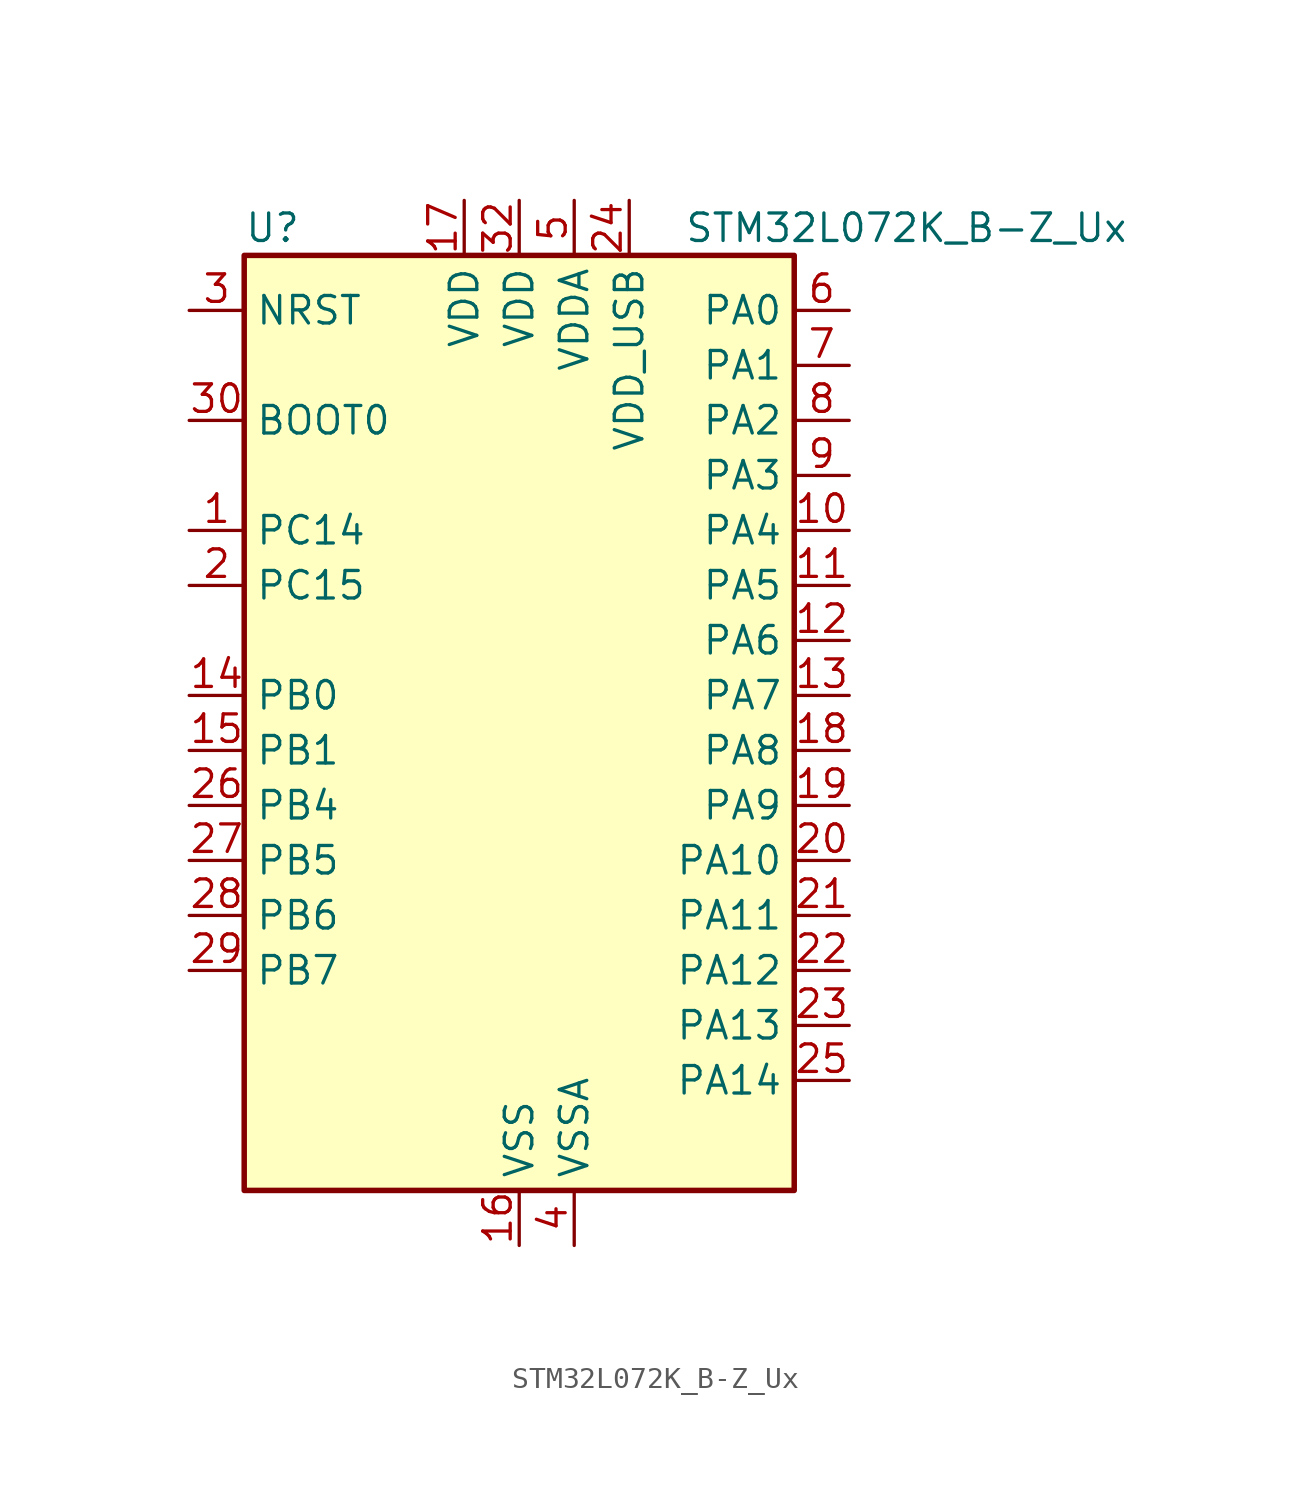
<source format=kicad_sym>
(kicad_symbol_lib
  (version 20220914)
  (generator kicad_symbol_editor)
  (symbol "STM32L072K_B-Z_Ux"
    (property "Reference" "U"
      (at -12.7 24.13 0)
      (effects (font (size 1.27 1.27)) (justify left)))
    (property "Value" "STM32L072K_B-Z_Ux"
      (at 7.62 24.13 0)
      (effects (font (size 1.27 1.27)) (justify left)))
    (property "ki_locked" ""
      (at 0 0 0)
      (effects (font (size 1.27 1.27))))
    (symbol "STM32L072K_B-Z_Ux_0_1"
      (rectangle (start -12.7 -20.32) (end 12.7 22.86) (stroke (width 0.254) (type default)) (fill (type background))))
    (symbol "STM32L072K_B-Z_Ux_1_1"
      (pin bidirectional line (at -15.24 10.16 0) (length 2.54) (name "PC14" (effects (font (size 1.27 1.27)))) (number "1" (effects (font (size 1.27 1.27)))) (alternate "RCC_OSC32_IN" bidirectional line))
      (pin bidirectional line (at 15.24 10.16 180) (length 2.54) (name "PA4" (effects (font (size 1.27 1.27)))) (number "10" (effects (font (size 1.27 1.27)))) (alternate "ADC_IN4" bidirectional line) (alternate "COMP1_INM" bidirectional line) (alternate "COMP2_INM" bidirectional line) (alternate "DAC_OUT1" bidirectional line) (alternate "SPI1_NSS" bidirectional line) (alternate "TIM22_ETR" bidirectional line) (alternate "TSC_G2_IO1" bidirectional line) (alternate "USART2_CK" bidirectional line))
      (pin bidirectional line (at 15.24 7.62 180) (length 2.54) (name "PA5" (effects (font (size 1.27 1.27)))) (number "11" (effects (font (size 1.27 1.27)))) (alternate "ADC_IN5" bidirectional line) (alternate "COMP1_INM" bidirectional line) (alternate "COMP2_INM" bidirectional line) (alternate "DAC_OUT2" bidirectional line) (alternate "SPI1_SCK" bidirectional line) (alternate "TIM2_CH1" bidirectional line) (alternate "TIM2_ETR" bidirectional line) (alternate "TSC_G2_IO2" bidirectional line))
      (pin bidirectional line (at 15.24 5.08 180) (length 2.54) (name "PA6" (effects (font (size 1.27 1.27)))) (number "12" (effects (font (size 1.27 1.27)))) (alternate "ADC_IN6" bidirectional line) (alternate "COMP1_OUT" bidirectional line) (alternate "LPUART1_CTS" bidirectional line) (alternate "SPI1_MISO" bidirectional line) (alternate "TIM22_CH1" bidirectional line) (alternate "TIM3_CH1" bidirectional line) (alternate "TSC_G2_IO3" bidirectional line))
      (pin bidirectional line (at 15.24 2.54 180) (length 2.54) (name "PA7" (effects (font (size 1.27 1.27)))) (number "13" (effects (font (size 1.27 1.27)))) (alternate "ADC_IN7" bidirectional line) (alternate "COMP2_OUT" bidirectional line) (alternate "SPI1_MOSI" bidirectional line) (alternate "TIM22_CH2" bidirectional line) (alternate "TIM3_CH2" bidirectional line) (alternate "TSC_G2_IO4" bidirectional line))
      (pin bidirectional line (at -15.24 2.54 0) (length 2.54) (name "PB0" (effects (font (size 1.27 1.27)))) (number "14" (effects (font (size 1.27 1.27)))) (alternate "ADC_IN8" bidirectional line) (alternate "SYS_VREF_OUT_PB0" bidirectional line) (alternate "TIM3_CH3" bidirectional line) (alternate "TSC_G3_IO2" bidirectional line))
      (pin bidirectional line (at -15.24 0 0) (length 2.54) (name "PB1" (effects (font (size 1.27 1.27)))) (number "15" (effects (font (size 1.27 1.27)))) (alternate "ADC_IN9" bidirectional line) (alternate "LPUART1_DE" bidirectional line) (alternate "LPUART1_RTS" bidirectional line) (alternate "SYS_VREF_OUT_PB1" bidirectional line) (alternate "TIM3_CH4" bidirectional line) (alternate "TSC_G3_IO3" bidirectional line))
      (pin power_in line (at 0 -22.86 90) (length 2.54) (name "VSS" (effects (font (size 1.27 1.27)))) (number "16" (effects (font (size 1.27 1.27)))))
      (pin power_in line (at -2.54 25.4 270) (length 2.54) (name "VDD" (effects (font (size 1.27 1.27)))) (number "17" (effects (font (size 1.27 1.27)))))
      (pin bidirectional line (at 15.24 0 180) (length 2.54) (name "PA8" (effects (font (size 1.27 1.27)))) (number "18" (effects (font (size 1.27 1.27)))) (alternate "CRS_SYNC" bidirectional line) (alternate "I2C3_SCL" bidirectional line) (alternate "RCC_MCO" bidirectional line) (alternate "USART1_CK" bidirectional line))
      (pin bidirectional line (at 15.24 -2.54 180) (length 2.54) (name "PA9" (effects (font (size 1.27 1.27)))) (number "19" (effects (font (size 1.27 1.27)))) (alternate "DAC_EXTI9" bidirectional line) (alternate "I2C1_SCL" bidirectional line) (alternate "I2C3_SMBA" bidirectional line) (alternate "RCC_MCO" bidirectional line) (alternate "TSC_G4_IO1" bidirectional line) (alternate "USART1_TX" bidirectional line))
      (pin bidirectional line (at -15.24 7.62 0) (length 2.54) (name "PC15" (effects (font (size 1.27 1.27)))) (number "2" (effects (font (size 1.27 1.27)))) (alternate "RCC_OSC32_OUT" bidirectional line))
      (pin bidirectional line (at 15.24 -5.08 180) (length 2.54) (name "PA10" (effects (font (size 1.27 1.27)))) (number "20" (effects (font (size 1.27 1.27)))) (alternate "I2C1_SDA" bidirectional line) (alternate "TSC_G4_IO2" bidirectional line) (alternate "USART1_RX" bidirectional line))
      (pin bidirectional line (at 15.24 -7.62 180) (length 2.54) (name "PA11" (effects (font (size 1.27 1.27)))) (number "21" (effects (font (size 1.27 1.27)))) (alternate "ADC_EXTI11" bidirectional line) (alternate "COMP1_OUT" bidirectional line) (alternate "SPI1_MISO" bidirectional line) (alternate "TSC_G4_IO3" bidirectional line) (alternate "USART1_CTS" bidirectional line) (alternate "USB_DM" bidirectional line))
      (pin bidirectional line (at 15.24 -10.16 180) (length 2.54) (name "PA12" (effects (font (size 1.27 1.27)))) (number "22" (effects (font (size 1.27 1.27)))) (alternate "COMP2_OUT" bidirectional line) (alternate "SPI1_MOSI" bidirectional line) (alternate "TSC_G4_IO4" bidirectional line) (alternate "USART1_DE" bidirectional line) (alternate "USART1_RTS" bidirectional line) (alternate "USB_DP" bidirectional line))
      (pin bidirectional line (at 15.24 -12.7 180) (length 2.54) (name "PA13" (effects (font (size 1.27 1.27)))) (number "23" (effects (font (size 1.27 1.27)))) (alternate "LPUART1_RX" bidirectional line) (alternate "SYS_SWDIO" bidirectional line) (alternate "USB_NOE" bidirectional line))
      (pin power_in line (at 5.08 25.4 270) (length 2.54) (name "VDD_USB" (effects (font (size 1.27 1.27)))) (number "24" (effects (font (size 1.27 1.27)))))
      (pin bidirectional line (at 15.24 -15.24 180) (length 2.54) (name "PA14" (effects (font (size 1.27 1.27)))) (number "25" (effects (font (size 1.27 1.27)))) (alternate "LPUART1_TX" bidirectional line) (alternate "SYS_SWCLK" bidirectional line) (alternate "USART2_TX" bidirectional line))
      (pin bidirectional line (at -15.24 -2.54 0) (length 2.54) (name "PB4" (effects (font (size 1.27 1.27)))) (number "26" (effects (font (size 1.27 1.27)))) (alternate "COMP2_INP" bidirectional line) (alternate "I2C3_SDA" bidirectional line) (alternate "SPI1_MISO" bidirectional line) (alternate "TIM22_CH1" bidirectional line) (alternate "TIM3_CH1" bidirectional line) (alternate "TSC_G5_IO2" bidirectional line) (alternate "USART1_CTS" bidirectional line))
      (pin bidirectional line (at -15.24 -5.08 0) (length 2.54) (name "PB5" (effects (font (size 1.27 1.27)))) (number "27" (effects (font (size 1.27 1.27)))) (alternate "COMP2_INP" bidirectional line) (alternate "I2C1_SMBA" bidirectional line) (alternate "LPTIM1_IN1" bidirectional line) (alternate "SPI1_MOSI" bidirectional line) (alternate "TIM22_CH2" bidirectional line) (alternate "TIM3_CH2" bidirectional line) (alternate "USART1_CK" bidirectional line))
      (pin bidirectional line (at -15.24 -7.62 0) (length 2.54) (name "PB6" (effects (font (size 1.27 1.27)))) (number "28" (effects (font (size 1.27 1.27)))) (alternate "COMP2_INP" bidirectional line) (alternate "I2C1_SCL" bidirectional line) (alternate "LPTIM1_ETR" bidirectional line) (alternate "TSC_G5_IO3" bidirectional line) (alternate "USART1_TX" bidirectional line))
      (pin bidirectional line (at -15.24 -10.16 0) (length 2.54) (name "PB7" (effects (font (size 1.27 1.27)))) (number "29" (effects (font (size 1.27 1.27)))) (alternate "COMP2_INP" bidirectional line) (alternate "I2C1_SDA" bidirectional line) (alternate "LPTIM1_IN2" bidirectional line) (alternate "SYS_PVD_IN" bidirectional line) (alternate "TSC_G5_IO4" bidirectional line) (alternate "USART1_RX" bidirectional line) (alternate "USART4_CTS" bidirectional line))
      (pin input line (at -15.24 20.32 0) (length 2.54) (name "NRST" (effects (font (size 1.27 1.27)))) (number "3" (effects (font (size 1.27 1.27)))))
      (pin input line (at -15.24 15.24 0) (length 2.54) (name "BOOT0" (effects (font (size 1.27 1.27)))) (number "30" (effects (font (size 1.27 1.27)))))
      (pin passive line (at 0 -22.86 90) (length 2.54) hide (name "VSS" (effects (font (size 1.27 1.27)))) (number "31" (effects (font (size 1.27 1.27)))))
      (pin power_in line (at 0 25.4 270) (length 2.54) (name "VDD" (effects (font (size 1.27 1.27)))) (number "32" (effects (font (size 1.27 1.27)))))
      (pin passive line (at 0 -22.86 90) (length 2.54) hide (name "VSS" (effects (font (size 1.27 1.27)))) (number "33" (effects (font (size 1.27 1.27)))))
      (pin power_in line (at 2.54 -22.86 90) (length 2.54) (name "VSSA" (effects (font (size 1.27 1.27)))) (number "4" (effects (font (size 1.27 1.27)))))
      (pin power_in line (at 2.54 25.4 270) (length 2.54) (name "VDDA" (effects (font (size 1.27 1.27)))) (number "5" (effects (font (size 1.27 1.27)))))
      (pin bidirectional line (at 15.24 20.32 180) (length 2.54) (name "PA0" (effects (font (size 1.27 1.27)))) (number "6" (effects (font (size 1.27 1.27)))) (alternate "ADC_IN0" bidirectional line) (alternate "COMP1_INM" bidirectional line) (alternate "COMP1_OUT" bidirectional line) (alternate "RTC_TAMP2" bidirectional line) (alternate "SYS_WKUP1" bidirectional line) (alternate "TIM2_CH1" bidirectional line) (alternate "TIM2_ETR" bidirectional line) (alternate "TSC_G1_IO1" bidirectional line) (alternate "USART2_CTS" bidirectional line) (alternate "USART4_TX" bidirectional line))
      (pin bidirectional line (at 15.24 17.78 180) (length 2.54) (name "PA1" (effects (font (size 1.27 1.27)))) (number "7" (effects (font (size 1.27 1.27)))) (alternate "ADC_IN1" bidirectional line) (alternate "COMP1_INP" bidirectional line) (alternate "TIM21_ETR" bidirectional line) (alternate "TIM2_CH2" bidirectional line) (alternate "TSC_G1_IO2" bidirectional line) (alternate "USART2_DE" bidirectional line) (alternate "USART2_RTS" bidirectional line) (alternate "USART4_RX" bidirectional line))
      (pin bidirectional line (at 15.24 15.24 180) (length 2.54) (name "PA2" (effects (font (size 1.27 1.27)))) (number "8" (effects (font (size 1.27 1.27)))) (alternate "ADC_IN2" bidirectional line) (alternate "COMP2_INM" bidirectional line) (alternate "COMP2_OUT" bidirectional line) (alternate "LPUART1_TX" bidirectional line) (alternate "TIM21_CH1" bidirectional line) (alternate "TIM2_CH3" bidirectional line) (alternate "TSC_G1_IO3" bidirectional line) (alternate "USART2_TX" bidirectional line))
      (pin bidirectional line (at 15.24 12.7 180) (length 2.54) (name "PA3" (effects (font (size 1.27 1.27)))) (number "9" (effects (font (size 1.27 1.27)))) (alternate "ADC_IN3" bidirectional line) (alternate "COMP2_INP" bidirectional line) (alternate "LPUART1_RX" bidirectional line) (alternate "TIM21_CH2" bidirectional line) (alternate "TIM2_CH4" bidirectional line) (alternate "TSC_G1_IO4" bidirectional line) (alternate "USART2_RX" bidirectional line)))))
</source>
